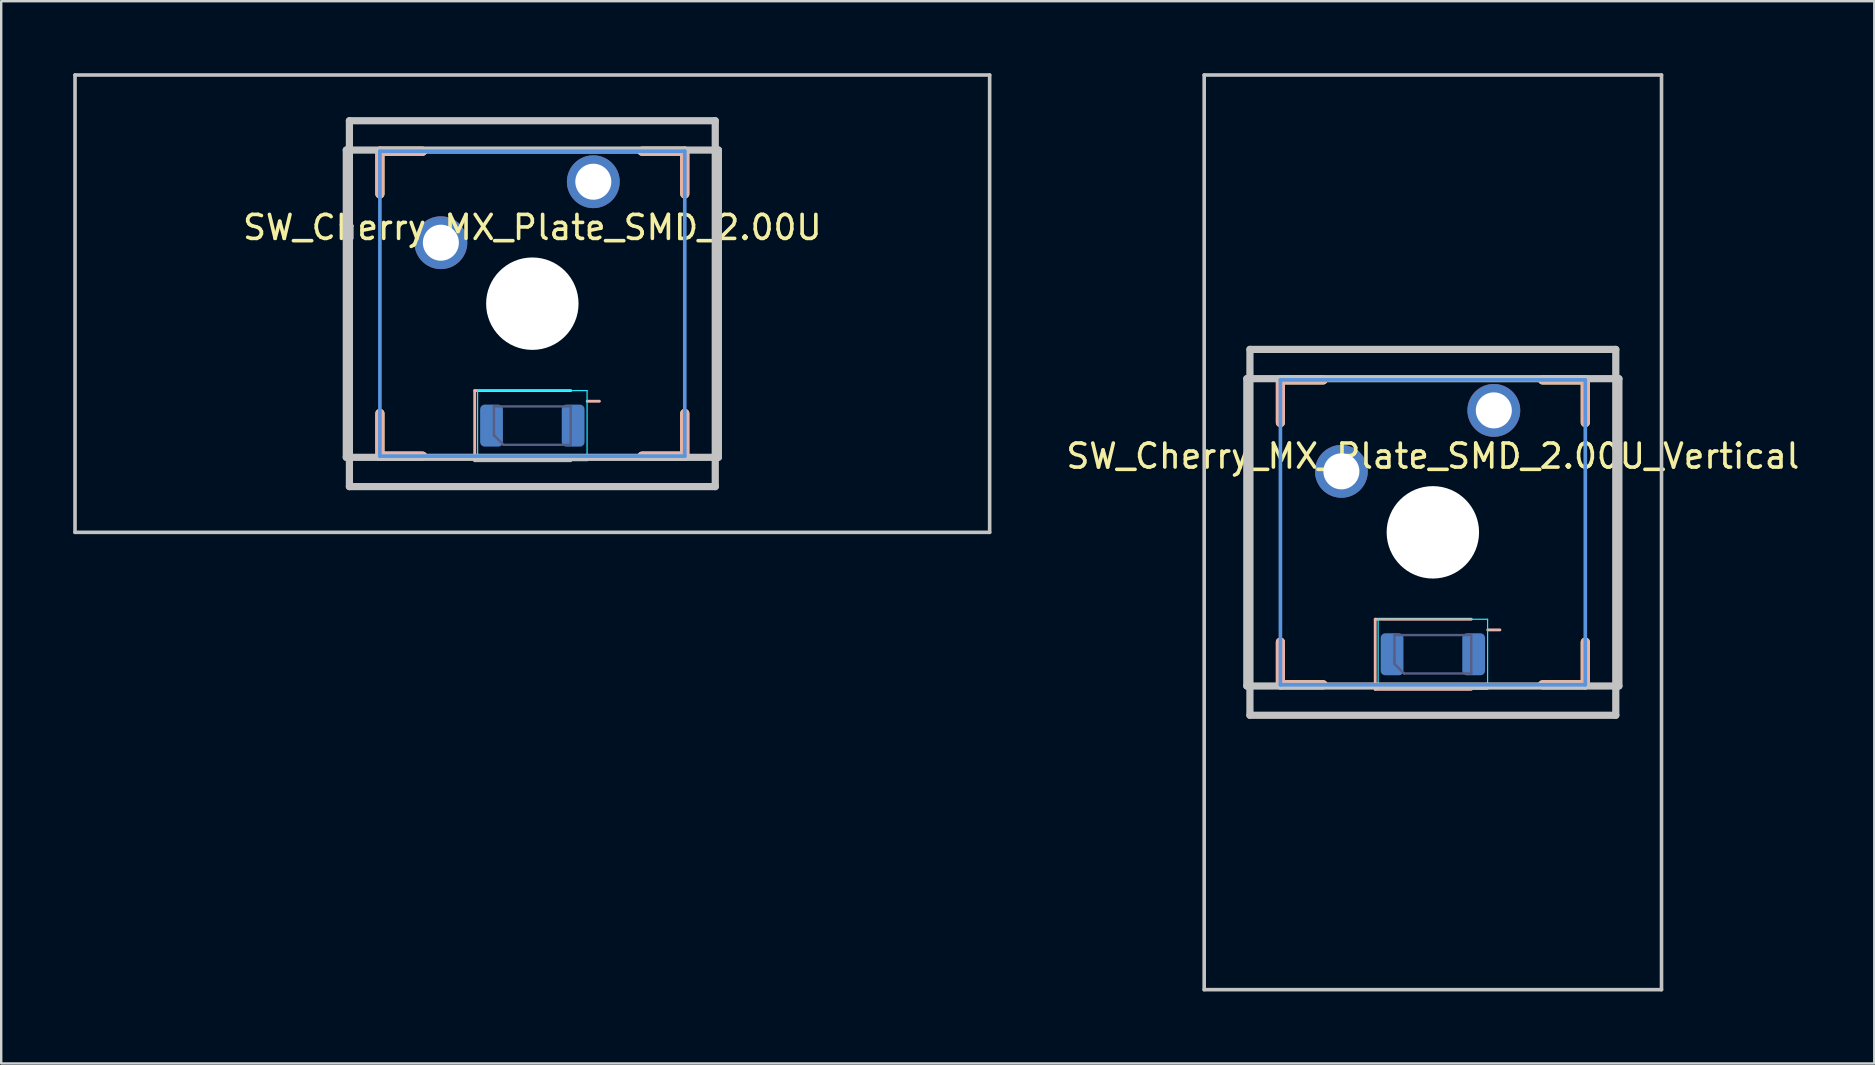
<source format=kicad_pcb>
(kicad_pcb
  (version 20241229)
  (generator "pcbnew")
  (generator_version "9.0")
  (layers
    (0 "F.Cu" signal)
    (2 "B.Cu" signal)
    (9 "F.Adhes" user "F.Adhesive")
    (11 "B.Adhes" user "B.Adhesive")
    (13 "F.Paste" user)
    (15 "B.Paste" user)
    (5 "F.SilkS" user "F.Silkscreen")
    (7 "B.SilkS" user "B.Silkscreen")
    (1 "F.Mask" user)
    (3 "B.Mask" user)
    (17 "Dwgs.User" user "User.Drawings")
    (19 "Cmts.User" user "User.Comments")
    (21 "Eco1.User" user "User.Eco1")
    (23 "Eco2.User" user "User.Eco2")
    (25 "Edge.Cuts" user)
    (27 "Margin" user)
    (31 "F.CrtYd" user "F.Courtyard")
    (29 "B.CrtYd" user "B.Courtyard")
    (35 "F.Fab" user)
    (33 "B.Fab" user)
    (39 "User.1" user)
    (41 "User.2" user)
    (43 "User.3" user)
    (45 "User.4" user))
  (footprint "SW_Cherry_MX_Plate_SMD_2.00U"
    (layer "F.Cu")
    (at 19.125 9.6)
    (property "Reference" "SW_Cherry_MX_Plate_SMD_2.00U" (at 0 -3.175 0) (layer "F.SilkS") (effects (font (size 1 1) (thickness 0.15))))
    (attr exclude_from_pos_files exclude_from_bom)
    (fp_line (start -6.35 -6.35) (end -4.572 -6.35) (stroke (width 0.381) (type solid)) (layer "F.SilkS"))
    (fp_line (start -6.35 -4.572) (end -6.35 -6.35) (stroke (width 0.381) (type solid)) (layer "F.SilkS"))
    (fp_line (start -6.35 6.35) (end -6.35 4.572) (stroke (width 0.381) (type solid)) (layer "F.SilkS"))
    (fp_line (start -4.572 6.35) (end -6.35 6.35) (stroke (width 0.381) (type solid)) (layer "F.SilkS"))
    (fp_line (start 4.572 -6.35) (end 6.35 -6.35) (stroke (width 0.381) (type solid)) (layer "F.SilkS"))
    (fp_line (start 6.35 -6.35) (end 6.35 -4.572) (stroke (width 0.381) (type solid)) (layer "F.SilkS"))
    (fp_line (start 6.35 4.572) (end 6.35 6.35) (stroke (width 0.381) (type solid)) (layer "F.SilkS"))
    (fp_line (start 6.35 6.35) (end 4.572 6.35) (stroke (width 0.381) (type solid)) (layer "F.SilkS"))
    (fp_line (start -6.35 -6.35) (end -6.35 -4.572) (stroke (width 0.381) (type solid)) (layer "B.SilkS"))
    (fp_line (start -6.35 4.572) (end -6.35 6.35) (stroke (width 0.381) (type solid)) (layer "B.SilkS"))
    (fp_line (start -6.35 6.35) (end -4.572 6.35) (stroke (width 0.381) (type solid)) (layer "B.SilkS"))
    (fp_line (start -4.572 -6.35) (end -6.35 -6.35) (stroke (width 0.381) (type solid)) (layer "B.SilkS"))
    (fp_line (start -2.4 3.62) (end 1.6 3.62) (stroke (width 0.12) (type solid)) (layer "B.SilkS"))
    (fp_line (start -2.4 6.54) (end -2.4 3.62) (stroke (width 0.12) (type solid)) (layer "B.SilkS"))
    (fp_line (start 1.6 6.54) (end -2.4 6.54) (stroke (width 0.12) (type solid)) (layer "B.SilkS"))
    (fp_line (start 2.286 4.064) (end 2.794 4.064) (stroke (width 0.12) (type solid)) (layer "B.SilkS"))
    (fp_line (start 4.572 6.35) (end 6.35 6.35) (stroke (width 0.381) (type solid)) (layer "B.SilkS"))
    (fp_line (start 6.35 -6.35) (end 4.572 -6.35) (stroke (width 0.381) (type solid)) (layer "B.SilkS"))
    (fp_line (start 6.35 -4.572) (end 6.35 -6.35) (stroke (width 0.381) (type solid)) (layer "B.SilkS"))
    (fp_line (start 6.35 6.35) (end 6.35 4.572) (stroke (width 0.381) (type solid)) (layer "B.SilkS"))
    (fp_line (start -19.05 -9.525) (end 19.05 -9.525) (stroke (width 0.15) (type solid)) (layer "Dwgs.User"))
    (fp_line (start -19.05 9.525) (end -19.05 -9.525) (stroke (width 0.15) (type solid)) (layer "Dwgs.User"))
    (fp_line (start -7.75 6.4) (end -7.75 -6.4) (stroke (width 0.3) (type solid)) (layer "Dwgs.User"))
    (fp_line (start -7.75 6.4) (end 7.75 6.4) (stroke (width 0.3) (type solid)) (layer "Dwgs.User"))
    (fp_line (start -7.62 -7.62) (end 7.62 -7.62) (stroke (width 0.3) (type solid)) (layer "Dwgs.User"))
    (fp_line (start -7.62 7.62) (end -7.62 -7.62) (stroke (width 0.3) (type solid)) (layer "Dwgs.User"))
    (fp_line (start 7.62 -7.62) (end 7.62 7.62) (stroke (width 0.3) (type solid)) (layer "Dwgs.User"))
    (fp_line (start 7.62 7.62) (end -7.62 7.62) (stroke (width 0.3) (type solid)) (layer "Dwgs.User"))
    (fp_line (start 7.75 -6.4) (end -7.75 -6.4) (stroke (width 0.3) (type solid)) (layer "Dwgs.User"))
    (fp_line (start 7.75 6.4) (end 7.75 -6.4) (stroke (width 0.3) (type solid)) (layer "Dwgs.User"))
    (fp_line (start 19.05 -9.525) (end 19.05 9.525) (stroke (width 0.15) (type solid)) (layer "Dwgs.User"))
    (fp_line (start 19.05 9.525) (end -19.05 9.525) (stroke (width 0.15) (type solid)) (layer "Dwgs.User"))
    (fp_line (start -6.35 -6.35) (end 6.35 -6.35) (stroke (width 0.152) (type solid)) (layer "Cmts.User"))
    (fp_line (start -6.35 6.35) (end -6.35 -6.35) (stroke (width 0.152) (type solid)) (layer "Cmts.User"))
    (fp_line (start 6.35 -6.35) (end 6.35 6.35) (stroke (width 0.152) (type solid)) (layer "Cmts.User"))
    (fp_line (start 6.35 6.35) (end -6.35 6.35) (stroke (width 0.152) (type solid)) (layer "Cmts.User"))
    (fp_line (start -6.985 -6.985) (end 6.985 -6.985) (stroke (width 0.152) (type solid)) (layer "Eco2.User"))
    (fp_line (start -6.985 6.985) (end -6.985 -6.985) (stroke (width 0.152) (type solid)) (layer "Eco2.User"))
    (fp_line (start 6.985 -6.985) (end 6.985 6.985) (stroke (width 0.152) (type solid)) (layer "Eco2.User"))
    (fp_line (start 6.985 6.985) (end -6.985 6.985) (stroke (width 0.152) (type solid)) (layer "Eco2.User"))
    (fp_line (start -2.28 3.62) (end -2.28 6.54) (stroke (width 0.05) (type solid)) (layer "B.CrtYd"))
    (fp_line (start -2.28 6.54) (end 2.28 6.54) (stroke (width 0.05) (type solid)) (layer "B.CrtYd"))
    (fp_line (start 2.28 3.62) (end -2.28 3.62) (stroke (width 0.05) (type solid)) (layer "B.CrtYd"))
    (fp_line (start 2.28 6.54) (end 2.28 3.62) (stroke (width 0.05) (type solid)) (layer "B.CrtYd"))
    (fp_line (start -1.6 4.28) (end 1.6 4.28) (stroke (width 0.1) (type solid)) (layer "B.Fab"))
    (fp_line (start -1.6 5.48) (end -1.6 4.28) (stroke (width 0.1) (type solid)) (layer "B.Fab"))
    (fp_line (start -1.2 5.88) (end -1.6 5.48) (stroke (width 0.1) (type solid)) (layer "B.Fab"))
    (fp_line (start 1.6 4.28) (end 1.6 5.88) (stroke (width 0.1) (type solid)) (layer "B.Fab"))
    (fp_line (start 1.6 5.88) (end -1.2 5.88) (stroke (width 0.1) (type solid)) (layer "B.Fab"))
    (pad "" np_thru_hole circle (at 0 0) (size 3.85 3.85) (drill 3.85) (layers "*.Cu" "*.Mask"))
    (pad "1" thru_hole circle (at -3.81 -2.54) (size 2.2 2.2) (drill 1.5) (layers "*.Cu" "*.Mask"))
    (pad "2" thru_hole circle (at 2.54 -5.08) (size 2.2 2.2) (drill 1.5) (layers "*.Cu" "*.Mask"))
    (pad "3" smd roundrect (at 1.7 5.08) (size 0.95 1.75) (layers "B.Cu" "B.Mask" "B.Paste") (roundrect_rratio 0.2))
    (pad "4" smd roundrect (at -1.7 5.08) (size 0.95 1.75) (layers "B.Cu" "B.Mask" "B.Paste") (roundrect_rratio 0.2)))
  (footprint "SW_Cherry_MX_Plate_SMD_2.00U_Vertical"
    (layer "F.Cu")
    (at 56.637 19.125)
    (property "Reference" "SW_Cherry_MX_Plate_SMD_2.00U_Vertical" (at 0 -3.175 0) (layer "F.SilkS") (effects (font (size 1 1) (thickness 0.15))))
    (attr exclude_from_pos_files exclude_from_bom)
    (fp_line (start -6.35 -6.35) (end -4.572 -6.35) (stroke (width 0.381) (type solid)) (layer "F.SilkS"))
    (fp_line (start -6.35 -4.572) (end -6.35 -6.35) (stroke (width 0.381) (type solid)) (layer "F.SilkS"))
    (fp_line (start -6.35 6.35) (end -6.35 4.572) (stroke (width 0.381) (type solid)) (layer "F.SilkS"))
    (fp_line (start -4.572 6.35) (end -6.35 6.35) (stroke (width 0.381) (type solid)) (layer "F.SilkS"))
    (fp_line (start 4.572 -6.35) (end 6.35 -6.35) (stroke (width 0.381) (type solid)) (layer "F.SilkS"))
    (fp_line (start 6.35 -6.35) (end 6.35 -4.572) (stroke (width 0.381) (type solid)) (layer "F.SilkS"))
    (fp_line (start 6.35 4.572) (end 6.35 6.35) (stroke (width 0.381) (type solid)) (layer "F.SilkS"))
    (fp_line (start 6.35 6.35) (end 4.572 6.35) (stroke (width 0.381) (type solid)) (layer "F.SilkS"))
    (fp_line (start -6.35 -6.35) (end -6.35 -4.572) (stroke (width 0.381) (type solid)) (layer "B.SilkS"))
    (fp_line (start -6.35 4.572) (end -6.35 6.35) (stroke (width 0.381) (type solid)) (layer "B.SilkS"))
    (fp_line (start -6.35 6.35) (end -4.572 6.35) (stroke (width 0.381) (type solid)) (layer "B.SilkS"))
    (fp_line (start -4.572 -6.35) (end -6.35 -6.35) (stroke (width 0.381) (type solid)) (layer "B.SilkS"))
    (fp_line (start -2.4 3.62) (end 1.6 3.62) (stroke (width 0.12) (type solid)) (layer "B.SilkS"))
    (fp_line (start -2.4 6.54) (end -2.4 3.62) (stroke (width 0.12) (type solid)) (layer "B.SilkS"))
    (fp_line (start 1.6 6.54) (end -2.4 6.54) (stroke (width 0.12) (type solid)) (layer "B.SilkS"))
    (fp_line (start 2.286 4.064) (end 2.794 4.064) (stroke (width 0.12) (type solid)) (layer "B.SilkS"))
    (fp_line (start 4.572 6.35) (end 6.35 6.35) (stroke (width 0.381) (type solid)) (layer "B.SilkS"))
    (fp_line (start 6.35 -6.35) (end 4.572 -6.35) (stroke (width 0.381) (type solid)) (layer "B.SilkS"))
    (fp_line (start 6.35 -4.572) (end 6.35 -6.35) (stroke (width 0.381) (type solid)) (layer "B.SilkS"))
    (fp_line (start 6.35 6.35) (end 6.35 4.572) (stroke (width 0.381) (type solid)) (layer "B.SilkS"))
    (fp_line (start -9.525 -19.05) (end 9.525 -19.05) (stroke (width 0.15) (type solid)) (layer "Dwgs.User"))
    (fp_line (start -9.525 19.05) (end -9.525 -19.05) (stroke (width 0.15) (type solid)) (layer "Dwgs.User"))
    (fp_line (start -7.75 6.4) (end -7.75 -6.4) (stroke (width 0.3) (type solid)) (layer "Dwgs.User"))
    (fp_line (start -7.75 6.4) (end 7.75 6.4) (stroke (width 0.3) (type solid)) (layer "Dwgs.User"))
    (fp_line (start -7.62 -7.62) (end 7.62 -7.62) (stroke (width 0.3) (type solid)) (layer "Dwgs.User"))
    (fp_line (start -7.62 7.62) (end -7.62 -7.62) (stroke (width 0.3) (type solid)) (layer "Dwgs.User"))
    (fp_line (start 7.62 -7.62) (end 7.62 7.62) (stroke (width 0.3) (type solid)) (layer "Dwgs.User"))
    (fp_line (start 7.62 7.62) (end -7.62 7.62) (stroke (width 0.3) (type solid)) (layer "Dwgs.User"))
    (fp_line (start 7.75 -6.4) (end -7.75 -6.4) (stroke (width 0.3) (type solid)) (layer "Dwgs.User"))
    (fp_line (start 7.75 6.4) (end 7.75 -6.4) (stroke (width 0.3) (type solid)) (layer "Dwgs.User"))
    (fp_line (start 9.525 -19.05) (end 9.525 19.05) (stroke (width 0.15) (type solid)) (layer "Dwgs.User"))
    (fp_line (start 9.525 19.05) (end -9.525 19.05) (stroke (width 0.15) (type solid)) (layer "Dwgs.User"))
    (fp_line (start -6.35 -6.35) (end 6.35 -6.35) (stroke (width 0.152) (type solid)) (layer "Cmts.User"))
    (fp_line (start -6.35 6.35) (end -6.35 -6.35) (stroke (width 0.152) (type solid)) (layer "Cmts.User"))
    (fp_line (start 6.35 -6.35) (end 6.35 6.35) (stroke (width 0.152) (type solid)) (layer "Cmts.User"))
    (fp_line (start 6.35 6.35) (end -6.35 6.35) (stroke (width 0.152) (type solid)) (layer "Cmts.User"))
    (fp_line (start -6.985 -6.985) (end 6.985 -6.985) (stroke (width 0.152) (type solid)) (layer "Eco2.User"))
    (fp_line (start -6.985 6.985) (end -6.985 -6.985) (stroke (width 0.152) (type solid)) (layer "Eco2.User"))
    (fp_line (start 6.985 -6.985) (end 6.985 6.985) (stroke (width 0.152) (type solid)) (layer "Eco2.User"))
    (fp_line (start 6.985 6.985) (end -6.985 6.985) (stroke (width 0.152) (type solid)) (layer "Eco2.User"))
    (fp_line (start -2.28 3.62) (end -2.28 6.54) (stroke (width 0.05) (type solid)) (layer "B.CrtYd"))
    (fp_line (start -2.28 6.54) (end 2.28 6.54) (stroke (width 0.05) (type solid)) (layer "B.CrtYd"))
    (fp_line (start 2.28 3.62) (end -2.28 3.62) (stroke (width 0.05) (type solid)) (layer "B.CrtYd"))
    (fp_line (start 2.28 6.54) (end 2.28 3.62) (stroke (width 0.05) (type solid)) (layer "B.CrtYd"))
    (fp_line (start -1.6 4.28) (end 1.6 4.28) (stroke (width 0.1) (type solid)) (layer "B.Fab"))
    (fp_line (start -1.6 5.48) (end -1.6 4.28) (stroke (width 0.1) (type solid)) (layer "B.Fab"))
    (fp_line (start -1.2 5.88) (end -1.6 5.48) (stroke (width 0.1) (type solid)) (layer "B.Fab"))
    (fp_line (start 1.6 4.28) (end 1.6 5.88) (stroke (width 0.1) (type solid)) (layer "B.Fab"))
    (fp_line (start 1.6 5.88) (end -1.2 5.88) (stroke (width 0.1) (type solid)) (layer "B.Fab"))
    (pad "" np_thru_hole circle (at 0 0) (size 3.85 3.85) (drill 3.85) (layers "*.Cu" "*.Mask"))
    (pad "1" thru_hole circle (at -3.81 -2.54) (size 2.2 2.2) (drill 1.5) (layers "*.Cu" "*.Mask"))
    (pad "2" thru_hole circle (at 2.54 -5.08) (size 2.2 2.2) (drill 1.5) (layers "*.Cu" "*.Mask"))
    (pad "3" smd roundrect (at 1.7 5.08) (size 0.95 1.75) (layers "B.Cu" "B.Mask" "B.Paste") (roundrect_rratio 0.2))
    (pad "4" smd roundrect (at -1.7 5.08) (size 0.95 1.75) (layers "B.Cu" "B.Mask" "B.Paste") (roundrect_rratio 0.2)))
  (gr_rect
    (start -3 -3)
    (end 75.024 41.25)
    (stroke (width 0.1) (type default))
    (fill no)
    (layer "Edge.Cuts")))
</source>
